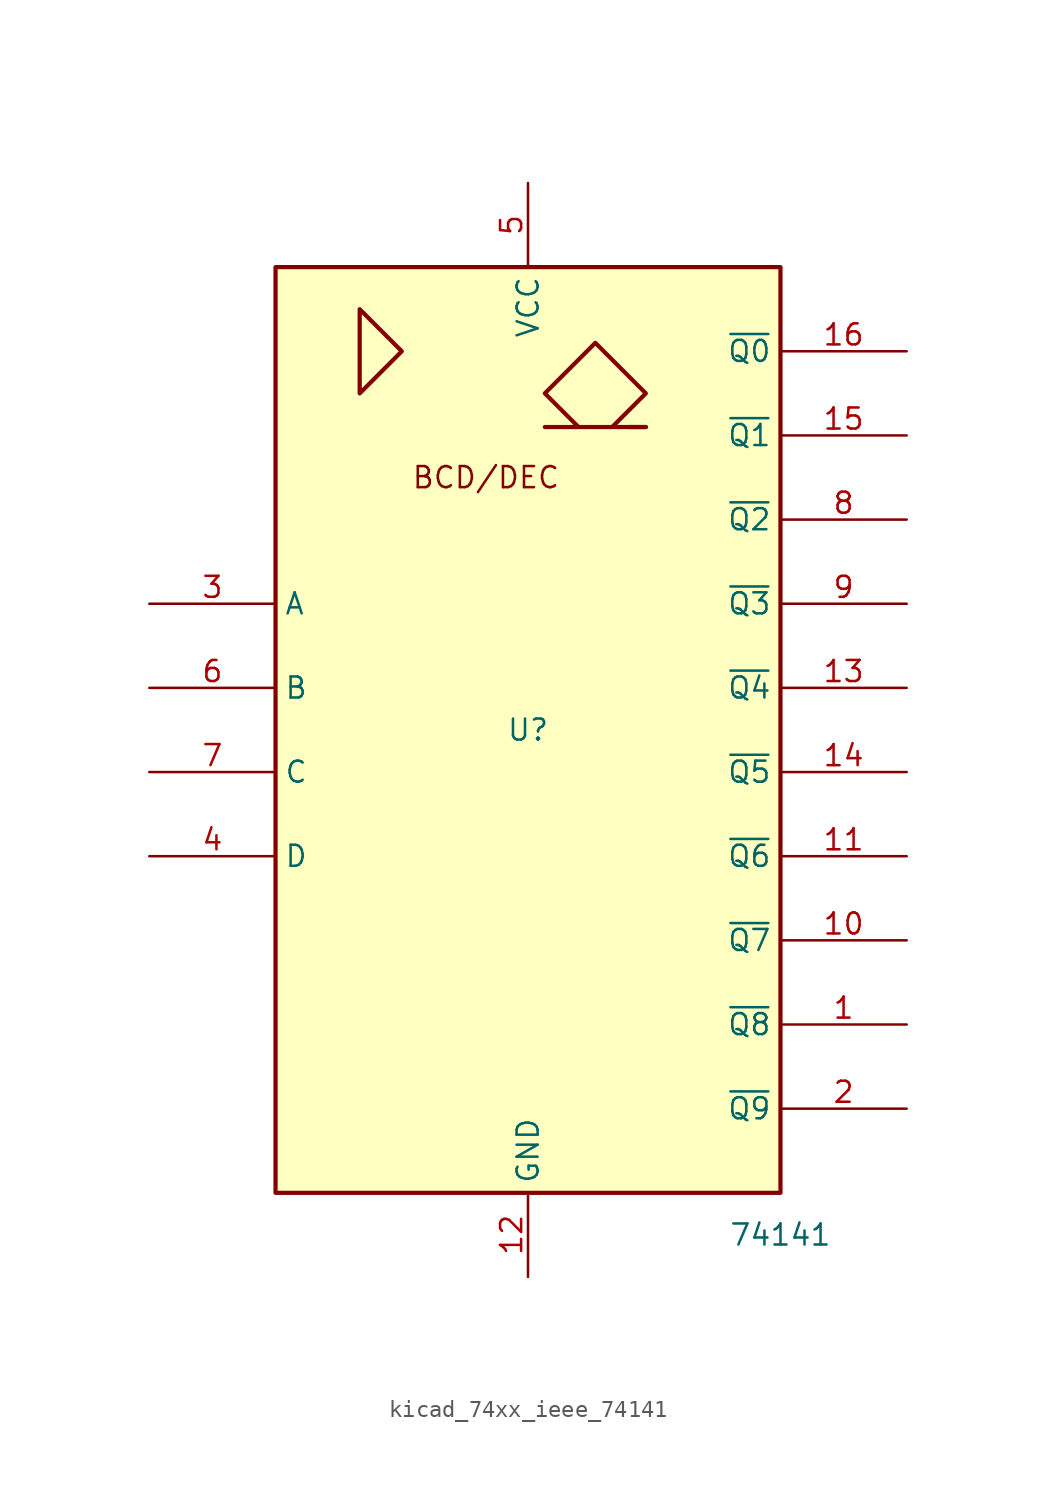
<source format=kicad_sym>
(kicad_symbol_lib
  (version 20220914)
  (generator kicad_symbol_editor)
  (symbol "kicad_74xx_ieee_74141"
    (property "Reference" "U"
      (at 0 0 0)
      (effects (font (size 1.27 1.27))))
    (property "Value" "74141"
      (at 15.24 -30.48 0)
      (effects (font (size 1.27 1.27))))
    (symbol "kicad_74xx_ieee_74141_0_0"
      (polyline (pts (xy 7.112 18.288) (xy 6.096 18.288) (xy 6.096 18.288)) (stroke (width 0.254) (type default)) (fill (type background)))
      (polyline (pts (xy -10.16 25.4) (xy -10.16 20.32) (xy -7.62 22.86) (xy -10.16 25.4) (xy -10.16 25.4)) (stroke (width 0.254) (type default)) (fill (type background)))
      (polyline (pts (xy 5.08 18.288) (xy 7.112 20.32) (xy 4.064 23.368) (xy 1.016 20.32) (xy 3.048 18.288) (xy 1.016 18.288) (xy 7.112 18.288)) (stroke (width 0.254) (type default)) (fill (type background)))
      (text "BCD/DEC" (at -2.54 15.24 0) (effects (font (size 1.27 1.27))))
      (pin power_in line (at 0 -33.02 90) (length 5.08) (name "GND" (effects (font (size 1.27 1.27)))) (number "12" (effects (font (size 1.27 1.27)))))
      (pin power_in line (at 0 33.02 270) (length 5.08) (name "VCC" (effects (font (size 1.27 1.27)))) (number "5" (effects (font (size 1.27 1.27))))))
    (symbol "kicad_74xx_ieee_74141_0_1"
      (rectangle (start -15.24 27.94) (end 15.24 -27.94) (stroke (width 0.254) (type default)) (fill (type background))))
    (symbol "kicad_74xx_ieee_74141_1_1"
      (pin open_collector line (at 22.86 -17.78 180) (length 7.62) (name "~{Q8}" (effects (font (size 1.27 1.27)))) (number "1" (effects (font (size 1.27 1.27)))))
      (pin open_collector line (at 22.86 -12.7 180) (length 7.62) (name "~{Q7}" (effects (font (size 1.27 1.27)))) (number "10" (effects (font (size 1.27 1.27)))))
      (pin open_collector line (at 22.86 -7.62 180) (length 7.62) (name "~{Q6}" (effects (font (size 1.27 1.27)))) (number "11" (effects (font (size 1.27 1.27)))))
      (pin open_collector line (at 22.86 2.54 180) (length 7.62) (name "~{Q4}" (effects (font (size 1.27 1.27)))) (number "13" (effects (font (size 1.27 1.27)))))
      (pin open_collector line (at 22.86 -2.54 180) (length 7.62) (name "~{Q5}" (effects (font (size 1.27 1.27)))) (number "14" (effects (font (size 1.27 1.27)))))
      (pin open_collector line (at 22.86 17.78 180) (length 7.62) (name "~{Q1}" (effects (font (size 1.27 1.27)))) (number "15" (effects (font (size 1.27 1.27)))))
      (pin open_collector line (at 22.86 22.86 180) (length 7.62) (name "~{Q0}" (effects (font (size 1.27 1.27)))) (number "16" (effects (font (size 1.27 1.27)))))
      (pin open_collector line (at 22.86 -22.86 180) (length 7.62) (name "~{Q9}" (effects (font (size 1.27 1.27)))) (number "2" (effects (font (size 1.27 1.27)))))
      (pin input line (at -22.86 7.62 0) (length 7.62) (name "A" (effects (font (size 1.27 1.27)))) (number "3" (effects (font (size 1.27 1.27)))))
      (pin input line (at -22.86 -7.62 0) (length 7.62) (name "D" (effects (font (size 1.27 1.27)))) (number "4" (effects (font (size 1.27 1.27)))))
      (pin input line (at -22.86 2.54 0) (length 7.62) (name "B" (effects (font (size 1.27 1.27)))) (number "6" (effects (font (size 1.27 1.27)))))
      (pin input line (at -22.86 -2.54 0) (length 7.62) (name "C" (effects (font (size 1.27 1.27)))) (number "7" (effects (font (size 1.27 1.27)))))
      (pin open_collector line (at 22.86 12.7 180) (length 7.62) (name "~{Q2}" (effects (font (size 1.27 1.27)))) (number "8" (effects (font (size 1.27 1.27)))))
      (pin open_collector line (at 22.86 7.62 180) (length 7.62) (name "~{Q3}" (effects (font (size 1.27 1.27)))) (number "9" (effects (font (size 1.27 1.27))))))))
</source>
